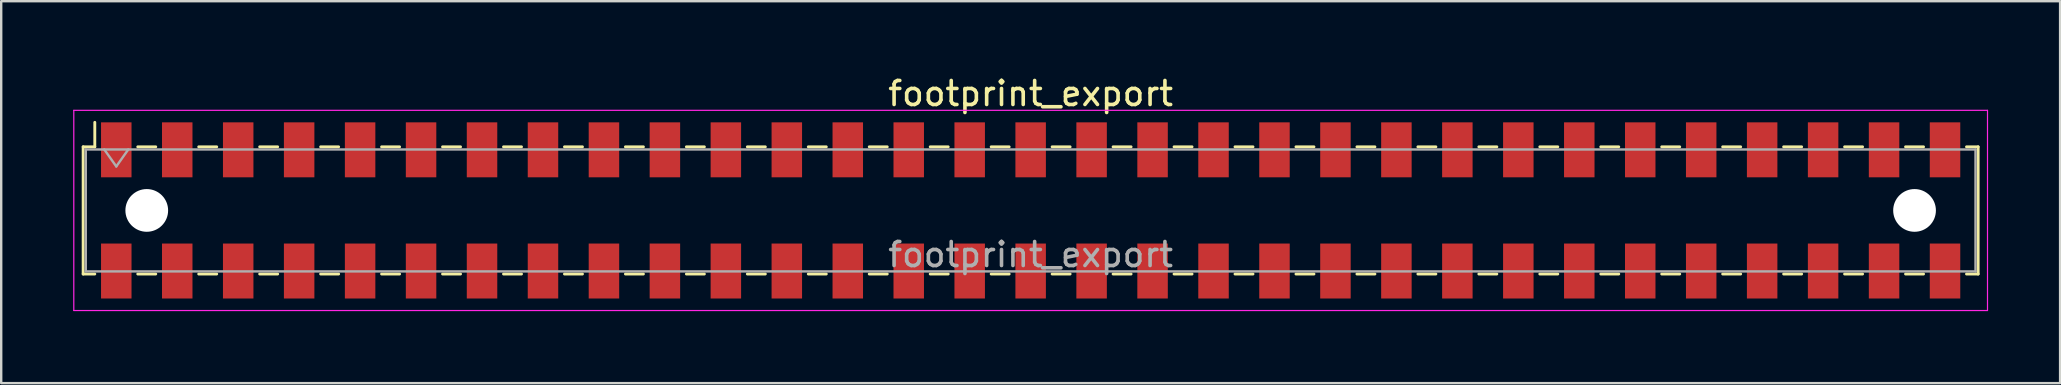
<source format=kicad_pcb>
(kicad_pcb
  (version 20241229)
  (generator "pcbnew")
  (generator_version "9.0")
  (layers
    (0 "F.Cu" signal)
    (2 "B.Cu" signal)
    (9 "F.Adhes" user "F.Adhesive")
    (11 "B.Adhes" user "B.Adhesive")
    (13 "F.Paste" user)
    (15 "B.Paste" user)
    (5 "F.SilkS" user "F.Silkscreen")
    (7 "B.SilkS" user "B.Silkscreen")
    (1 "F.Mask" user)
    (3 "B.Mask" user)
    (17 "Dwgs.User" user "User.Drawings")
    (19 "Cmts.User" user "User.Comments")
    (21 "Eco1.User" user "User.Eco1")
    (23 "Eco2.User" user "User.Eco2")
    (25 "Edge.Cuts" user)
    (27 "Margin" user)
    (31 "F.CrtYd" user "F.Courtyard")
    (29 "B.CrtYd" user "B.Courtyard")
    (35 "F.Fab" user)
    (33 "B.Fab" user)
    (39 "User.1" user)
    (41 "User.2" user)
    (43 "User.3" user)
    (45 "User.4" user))
  (footprint "footprint_export"
    (layer "F.Cu")
    (at 39.895 5.718)
    (property "Reference" "footprint_export" (at 0 -4.87 0) (layer "F.SilkS") (effects (font (size 1 1) (thickness 0.15))))
    (attr smd)
    (fp_line (start -39.48 -2.65) (end -39.48 2.65) (stroke (width 0.12) (type solid)) (layer "F.SilkS"))
    (fp_line (start -39.48 2.65) (end -38.995 2.65) (stroke (width 0.12) (type solid)) (layer "F.SilkS"))
    (fp_line (start -38.995 -3.67) (end -38.995 -2.65) (stroke (width 0.12) (type solid)) (layer "F.SilkS"))
    (fp_line (start -38.995 -2.65) (end -39.48 -2.65) (stroke (width 0.12) (type solid)) (layer "F.SilkS"))
    (fp_line (start -37.205 -2.65) (end -36.455 -2.65) (stroke (width 0.12) (type solid)) (layer "F.SilkS"))
    (fp_line (start -37.205 2.65) (end -36.455 2.65) (stroke (width 0.12) (type solid)) (layer "F.SilkS"))
    (fp_line (start -34.665 -2.65) (end -33.915 -2.65) (stroke (width 0.12) (type solid)) (layer "F.SilkS"))
    (fp_line (start -34.665 2.65) (end -33.915 2.65) (stroke (width 0.12) (type solid)) (layer "F.SilkS"))
    (fp_line (start -32.125 -2.65) (end -31.375 -2.65) (stroke (width 0.12) (type solid)) (layer "F.SilkS"))
    (fp_line (start -32.125 2.65) (end -31.375 2.65) (stroke (width 0.12) (type solid)) (layer "F.SilkS"))
    (fp_line (start -29.585 -2.65) (end -28.835 -2.65) (stroke (width 0.12) (type solid)) (layer "F.SilkS"))
    (fp_line (start -29.585 2.65) (end -28.835 2.65) (stroke (width 0.12) (type solid)) (layer "F.SilkS"))
    (fp_line (start -27.045 -2.65) (end -26.295 -2.65) (stroke (width 0.12) (type solid)) (layer "F.SilkS"))
    (fp_line (start -27.045 2.65) (end -26.295 2.65) (stroke (width 0.12) (type solid)) (layer "F.SilkS"))
    (fp_line (start -24.505 -2.65) (end -23.755 -2.65) (stroke (width 0.12) (type solid)) (layer "F.SilkS"))
    (fp_line (start -24.505 2.65) (end -23.755 2.65) (stroke (width 0.12) (type solid)) (layer "F.SilkS"))
    (fp_line (start -21.965 -2.65) (end -21.215 -2.65) (stroke (width 0.12) (type solid)) (layer "F.SilkS"))
    (fp_line (start -21.965 2.65) (end -21.215 2.65) (stroke (width 0.12) (type solid)) (layer "F.SilkS"))
    (fp_line (start -19.425 -2.65) (end -18.675 -2.65) (stroke (width 0.12) (type solid)) (layer "F.SilkS"))
    (fp_line (start -19.425 2.65) (end -18.675 2.65) (stroke (width 0.12) (type solid)) (layer "F.SilkS"))
    (fp_line (start -16.885 -2.65) (end -16.135 -2.65) (stroke (width 0.12) (type solid)) (layer "F.SilkS"))
    (fp_line (start -16.885 2.65) (end -16.135 2.65) (stroke (width 0.12) (type solid)) (layer "F.SilkS"))
    (fp_line (start -14.345 -2.65) (end -13.595 -2.65) (stroke (width 0.12) (type solid)) (layer "F.SilkS"))
    (fp_line (start -14.345 2.65) (end -13.595 2.65) (stroke (width 0.12) (type solid)) (layer "F.SilkS"))
    (fp_line (start -11.805 -2.65) (end -11.055 -2.65) (stroke (width 0.12) (type solid)) (layer "F.SilkS"))
    (fp_line (start -11.805 2.65) (end -11.055 2.65) (stroke (width 0.12) (type solid)) (layer "F.SilkS"))
    (fp_line (start -9.265 -2.65) (end -8.515 -2.65) (stroke (width 0.12) (type solid)) (layer "F.SilkS"))
    (fp_line (start -9.265 2.65) (end -8.515 2.65) (stroke (width 0.12) (type solid)) (layer "F.SilkS"))
    (fp_line (start -6.725 -2.65) (end -5.975 -2.65) (stroke (width 0.12) (type solid)) (layer "F.SilkS"))
    (fp_line (start -6.725 2.65) (end -5.975 2.65) (stroke (width 0.12) (type solid)) (layer "F.SilkS"))
    (fp_line (start -4.185 -2.65) (end -3.435 -2.65) (stroke (width 0.12) (type solid)) (layer "F.SilkS"))
    (fp_line (start -4.185 2.65) (end -3.435 2.65) (stroke (width 0.12) (type solid)) (layer "F.SilkS"))
    (fp_line (start -1.645 -2.65) (end -0.895 -2.65) (stroke (width 0.12) (type solid)) (layer "F.SilkS"))
    (fp_line (start -1.645 2.65) (end -0.895 2.65) (stroke (width 0.12) (type solid)) (layer "F.SilkS"))
    (fp_line (start 0.895 -2.65) (end 1.645 -2.65) (stroke (width 0.12) (type solid)) (layer "F.SilkS"))
    (fp_line (start 0.895 2.65) (end 1.645 2.65) (stroke (width 0.12) (type solid)) (layer "F.SilkS"))
    (fp_line (start 3.435 -2.65) (end 4.185 -2.65) (stroke (width 0.12) (type solid)) (layer "F.SilkS"))
    (fp_line (start 3.435 2.65) (end 4.185 2.65) (stroke (width 0.12) (type solid)) (layer "F.SilkS"))
    (fp_line (start 5.975 -2.65) (end 6.725 -2.65) (stroke (width 0.12) (type solid)) (layer "F.SilkS"))
    (fp_line (start 5.975 2.65) (end 6.725 2.65) (stroke (width 0.12) (type solid)) (layer "F.SilkS"))
    (fp_line (start 8.515 -2.65) (end 9.265 -2.65) (stroke (width 0.12) (type solid)) (layer "F.SilkS"))
    (fp_line (start 8.515 2.65) (end 9.265 2.65) (stroke (width 0.12) (type solid)) (layer "F.SilkS"))
    (fp_line (start 11.055 -2.65) (end 11.805 -2.65) (stroke (width 0.12) (type solid)) (layer "F.SilkS"))
    (fp_line (start 11.055 2.65) (end 11.805 2.65) (stroke (width 0.12) (type solid)) (layer "F.SilkS"))
    (fp_line (start 13.595 -2.65) (end 14.345 -2.65) (stroke (width 0.12) (type solid)) (layer "F.SilkS"))
    (fp_line (start 13.595 2.65) (end 14.345 2.65) (stroke (width 0.12) (type solid)) (layer "F.SilkS"))
    (fp_line (start 16.135 -2.65) (end 16.885 -2.65) (stroke (width 0.12) (type solid)) (layer "F.SilkS"))
    (fp_line (start 16.135 2.65) (end 16.885 2.65) (stroke (width 0.12) (type solid)) (layer "F.SilkS"))
    (fp_line (start 18.675 -2.65) (end 19.425 -2.65) (stroke (width 0.12) (type solid)) (layer "F.SilkS"))
    (fp_line (start 18.675 2.65) (end 19.425 2.65) (stroke (width 0.12) (type solid)) (layer "F.SilkS"))
    (fp_line (start 21.215 -2.65) (end 21.965 -2.65) (stroke (width 0.12) (type solid)) (layer "F.SilkS"))
    (fp_line (start 21.215 2.65) (end 21.965 2.65) (stroke (width 0.12) (type solid)) (layer "F.SilkS"))
    (fp_line (start 23.755 -2.65) (end 24.505 -2.65) (stroke (width 0.12) (type solid)) (layer "F.SilkS"))
    (fp_line (start 23.755 2.65) (end 24.505 2.65) (stroke (width 0.12) (type solid)) (layer "F.SilkS"))
    (fp_line (start 26.295 -2.65) (end 27.045 -2.65) (stroke (width 0.12) (type solid)) (layer "F.SilkS"))
    (fp_line (start 26.295 2.65) (end 27.045 2.65) (stroke (width 0.12) (type solid)) (layer "F.SilkS"))
    (fp_line (start 28.835 -2.65) (end 29.585 -2.65) (stroke (width 0.12) (type solid)) (layer "F.SilkS"))
    (fp_line (start 28.835 2.65) (end 29.585 2.65) (stroke (width 0.12) (type solid)) (layer "F.SilkS"))
    (fp_line (start 31.375 -2.65) (end 32.125 -2.65) (stroke (width 0.12) (type solid)) (layer "F.SilkS"))
    (fp_line (start 31.375 2.65) (end 32.125 2.65) (stroke (width 0.12) (type solid)) (layer "F.SilkS"))
    (fp_line (start 33.915 -2.65) (end 34.665 -2.65) (stroke (width 0.12) (type solid)) (layer "F.SilkS"))
    (fp_line (start 33.915 2.65) (end 34.665 2.65) (stroke (width 0.12) (type solid)) (layer "F.SilkS"))
    (fp_line (start 36.455 -2.65) (end 37.205 -2.65) (stroke (width 0.12) (type solid)) (layer "F.SilkS"))
    (fp_line (start 36.455 2.65) (end 37.205 2.65) (stroke (width 0.12) (type solid)) (layer "F.SilkS"))
    (fp_line (start 38.995 -2.65) (end 39.48 -2.65) (stroke (width 0.12) (type solid)) (layer "F.SilkS"))
    (fp_line (start 39.48 -2.65) (end 39.48 2.65) (stroke (width 0.12) (type solid)) (layer "F.SilkS"))
    (fp_line (start 39.48 2.65) (end 38.995 2.65) (stroke (width 0.12) (type solid)) (layer "F.SilkS"))
    (fp_line (start -39.87 -4.17) (end 39.87 -4.17) (stroke (width 0.05) (type solid)) (layer "F.CrtYd"))
    (fp_line (start -39.87 4.17) (end -39.87 -4.17) (stroke (width 0.05) (type solid)) (layer "F.CrtYd"))
    (fp_line (start 39.87 -4.17) (end 39.87 4.17) (stroke (width 0.05) (type solid)) (layer "F.CrtYd"))
    (fp_line (start 39.87 4.17) (end -39.87 4.17) (stroke (width 0.05) (type solid)) (layer "F.CrtYd"))
    (fp_line (start -39.37 -2.54) (end 39.37 -2.54) (stroke (width 0.1) (type solid)) (layer "F.Fab"))
    (fp_line (start -39.37 2.54) (end -39.37 -2.54) (stroke (width 0.1) (type solid)) (layer "F.Fab"))
    (fp_line (start -38.6 -2.54) (end -38.1 -1.833) (stroke (width 0.1) (type solid)) (layer "F.Fab"))
    (fp_line (start -38.1 -1.833) (end -37.6 -2.54) (stroke (width 0.1) (type solid)) (layer "F.Fab"))
    (fp_line (start 39.37 -2.54) (end 39.37 2.54) (stroke (width 0.1) (type solid)) (layer "F.Fab"))
    (fp_line (start 39.37 2.54) (end -39.37 2.54) (stroke (width 0.1) (type solid)) (layer "F.Fab"))
    (fp_text user "${REFERENCE}" (at 0 1.84 0) (layer "F.Fab") (effects (font (size 1 1) (thickness 0.15))))
    (pad "" np_thru_hole circle (at -36.83 0) (size 1.78 1.78) (drill 1.78) (layers "*.Cu" "*.Mask"))
    (pad "" np_thru_hole circle (at 36.83 0) (size 1.78 1.78) (drill 1.78) (layers "*.Cu" "*.Mask"))
    (pad "1" smd rect (at -38.1 -2.525) (size 1.27 2.29) (layers "F.Cu" "F.Mask" "F.Paste"))
    (pad "2" smd rect (at -38.1 2.525) (size 1.27 2.29) (layers "F.Cu" "F.Mask" "F.Paste"))
    (pad "3" smd rect (at -35.56 -2.525) (size 1.27 2.29) (layers "F.Cu" "F.Mask" "F.Paste"))
    (pad "4" smd rect (at -35.56 2.525) (size 1.27 2.29) (layers "F.Cu" "F.Mask" "F.Paste"))
    (pad "5" smd rect (at -33.02 -2.525) (size 1.27 2.29) (layers "F.Cu" "F.Mask" "F.Paste"))
    (pad "6" smd rect (at -33.02 2.525) (size 1.27 2.29) (layers "F.Cu" "F.Mask" "F.Paste"))
    (pad "7" smd rect (at -30.48 -2.525) (size 1.27 2.29) (layers "F.Cu" "F.Mask" "F.Paste"))
    (pad "8" smd rect (at -30.48 2.525) (size 1.27 2.29) (layers "F.Cu" "F.Mask" "F.Paste"))
    (pad "9" smd rect (at -27.94 -2.525) (size 1.27 2.29) (layers "F.Cu" "F.Mask" "F.Paste"))
    (pad "10" smd rect (at -27.94 2.525) (size 1.27 2.29) (layers "F.Cu" "F.Mask" "F.Paste"))
    (pad "11" smd rect (at -25.4 -2.525) (size 1.27 2.29) (layers "F.Cu" "F.Mask" "F.Paste"))
    (pad "12" smd rect (at -25.4 2.525) (size 1.27 2.29) (layers "F.Cu" "F.Mask" "F.Paste"))
    (pad "13" smd rect (at -22.86 -2.525) (size 1.27 2.29) (layers "F.Cu" "F.Mask" "F.Paste"))
    (pad "14" smd rect (at -22.86 2.525) (size 1.27 2.29) (layers "F.Cu" "F.Mask" "F.Paste"))
    (pad "15" smd rect (at -20.32 -2.525) (size 1.27 2.29) (layers "F.Cu" "F.Mask" "F.Paste"))
    (pad "16" smd rect (at -20.32 2.525) (size 1.27 2.29) (layers "F.Cu" "F.Mask" "F.Paste"))
    (pad "17" smd rect (at -17.78 -2.525) (size 1.27 2.29) (layers "F.Cu" "F.Mask" "F.Paste"))
    (pad "18" smd rect (at -17.78 2.525) (size 1.27 2.29) (layers "F.Cu" "F.Mask" "F.Paste"))
    (pad "19" smd rect (at -15.24 -2.525) (size 1.27 2.29) (layers "F.Cu" "F.Mask" "F.Paste"))
    (pad "20" smd rect (at -15.24 2.525) (size 1.27 2.29) (layers "F.Cu" "F.Mask" "F.Paste"))
    (pad "21" smd rect (at -12.7 -2.525) (size 1.27 2.29) (layers "F.Cu" "F.Mask" "F.Paste"))
    (pad "22" smd rect (at -12.7 2.525) (size 1.27 2.29) (layers "F.Cu" "F.Mask" "F.Paste"))
    (pad "23" smd rect (at -10.16 -2.525) (size 1.27 2.29) (layers "F.Cu" "F.Mask" "F.Paste"))
    (pad "24" smd rect (at -10.16 2.525) (size 1.27 2.29) (layers "F.Cu" "F.Mask" "F.Paste"))
    (pad "25" smd rect (at -7.62 -2.525) (size 1.27 2.29) (layers "F.Cu" "F.Mask" "F.Paste"))
    (pad "26" smd rect (at -7.62 2.525) (size 1.27 2.29) (layers "F.Cu" "F.Mask" "F.Paste"))
    (pad "27" smd rect (at -5.08 -2.525) (size 1.27 2.29) (layers "F.Cu" "F.Mask" "F.Paste"))
    (pad "28" smd rect (at -5.08 2.525) (size 1.27 2.29) (layers "F.Cu" "F.Mask" "F.Paste"))
    (pad "29" smd rect (at -2.54 -2.525) (size 1.27 2.29) (layers "F.Cu" "F.Mask" "F.Paste"))
    (pad "30" smd rect (at -2.54 2.525) (size 1.27 2.29) (layers "F.Cu" "F.Mask" "F.Paste"))
    (pad "31" smd rect (at 0 -2.525) (size 1.27 2.29) (layers "F.Cu" "F.Mask" "F.Paste"))
    (pad "32" smd rect (at 0 2.525) (size 1.27 2.29) (layers "F.Cu" "F.Mask" "F.Paste"))
    (pad "33" smd rect (at 2.54 -2.525) (size 1.27 2.29) (layers "F.Cu" "F.Mask" "F.Paste"))
    (pad "34" smd rect (at 2.54 2.525) (size 1.27 2.29) (layers "F.Cu" "F.Mask" "F.Paste"))
    (pad "35" smd rect (at 5.08 -2.525) (size 1.27 2.29) (layers "F.Cu" "F.Mask" "F.Paste"))
    (pad "36" smd rect (at 5.08 2.525) (size 1.27 2.29) (layers "F.Cu" "F.Mask" "F.Paste"))
    (pad "37" smd rect (at 7.62 -2.525) (size 1.27 2.29) (layers "F.Cu" "F.Mask" "F.Paste"))
    (pad "38" smd rect (at 7.62 2.525) (size 1.27 2.29) (layers "F.Cu" "F.Mask" "F.Paste"))
    (pad "39" smd rect (at 10.16 -2.525) (size 1.27 2.29) (layers "F.Cu" "F.Mask" "F.Paste"))
    (pad "40" smd rect (at 10.16 2.525) (size 1.27 2.29) (layers "F.Cu" "F.Mask" "F.Paste"))
    (pad "41" smd rect (at 12.7 -2.525) (size 1.27 2.29) (layers "F.Cu" "F.Mask" "F.Paste"))
    (pad "42" smd rect (at 12.7 2.525) (size 1.27 2.29) (layers "F.Cu" "F.Mask" "F.Paste"))
    (pad "43" smd rect (at 15.24 -2.525) (size 1.27 2.29) (layers "F.Cu" "F.Mask" "F.Paste"))
    (pad "44" smd rect (at 15.24 2.525) (size 1.27 2.29) (layers "F.Cu" "F.Mask" "F.Paste"))
    (pad "45" smd rect (at 17.78 -2.525) (size 1.27 2.29) (layers "F.Cu" "F.Mask" "F.Paste"))
    (pad "46" smd rect (at 17.78 2.525) (size 1.27 2.29) (layers "F.Cu" "F.Mask" "F.Paste"))
    (pad "47" smd rect (at 20.32 -2.525) (size 1.27 2.29) (layers "F.Cu" "F.Mask" "F.Paste"))
    (pad "48" smd rect (at 20.32 2.525) (size 1.27 2.29) (layers "F.Cu" "F.Mask" "F.Paste"))
    (pad "49" smd rect (at 22.86 -2.525) (size 1.27 2.29) (layers "F.Cu" "F.Mask" "F.Paste"))
    (pad "50" smd rect (at 22.86 2.525) (size 1.27 2.29) (layers "F.Cu" "F.Mask" "F.Paste"))
    (pad "51" smd rect (at 25.4 -2.525) (size 1.27 2.29) (layers "F.Cu" "F.Mask" "F.Paste"))
    (pad "52" smd rect (at 25.4 2.525) (size 1.27 2.29) (layers "F.Cu" "F.Mask" "F.Paste"))
    (pad "53" smd rect (at 27.94 -2.525) (size 1.27 2.29) (layers "F.Cu" "F.Mask" "F.Paste"))
    (pad "54" smd rect (at 27.94 2.525) (size 1.27 2.29) (layers "F.Cu" "F.Mask" "F.Paste"))
    (pad "55" smd rect (at 30.48 -2.525) (size 1.27 2.29) (layers "F.Cu" "F.Mask" "F.Paste"))
    (pad "56" smd rect (at 30.48 2.525) (size 1.27 2.29) (layers "F.Cu" "F.Mask" "F.Paste"))
    (pad "57" smd rect (at 33.02 -2.525) (size 1.27 2.29) (layers "F.Cu" "F.Mask" "F.Paste"))
    (pad "58" smd rect (at 33.02 2.525) (size 1.27 2.29) (layers "F.Cu" "F.Mask" "F.Paste"))
    (pad "59" smd rect (at 35.56 -2.525) (size 1.27 2.29) (layers "F.Cu" "F.Mask" "F.Paste"))
    (pad "60" smd rect (at 35.56 2.525) (size 1.27 2.29) (layers "F.Cu" "F.Mask" "F.Paste"))
    (pad "61" smd rect (at 38.1 -2.525) (size 1.27 2.29) (layers "F.Cu" "F.Mask" "F.Paste"))
    (pad "62" smd rect (at 38.1 2.525) (size 1.27 2.29) (layers "F.Cu" "F.Mask" "F.Paste")))
  (gr_rect
    (start -3 -3)
    (end 82.79 12.913)
    (stroke (width 0.1) (type default))
    (fill no)
    (layer "Edge.Cuts")))
</source>
